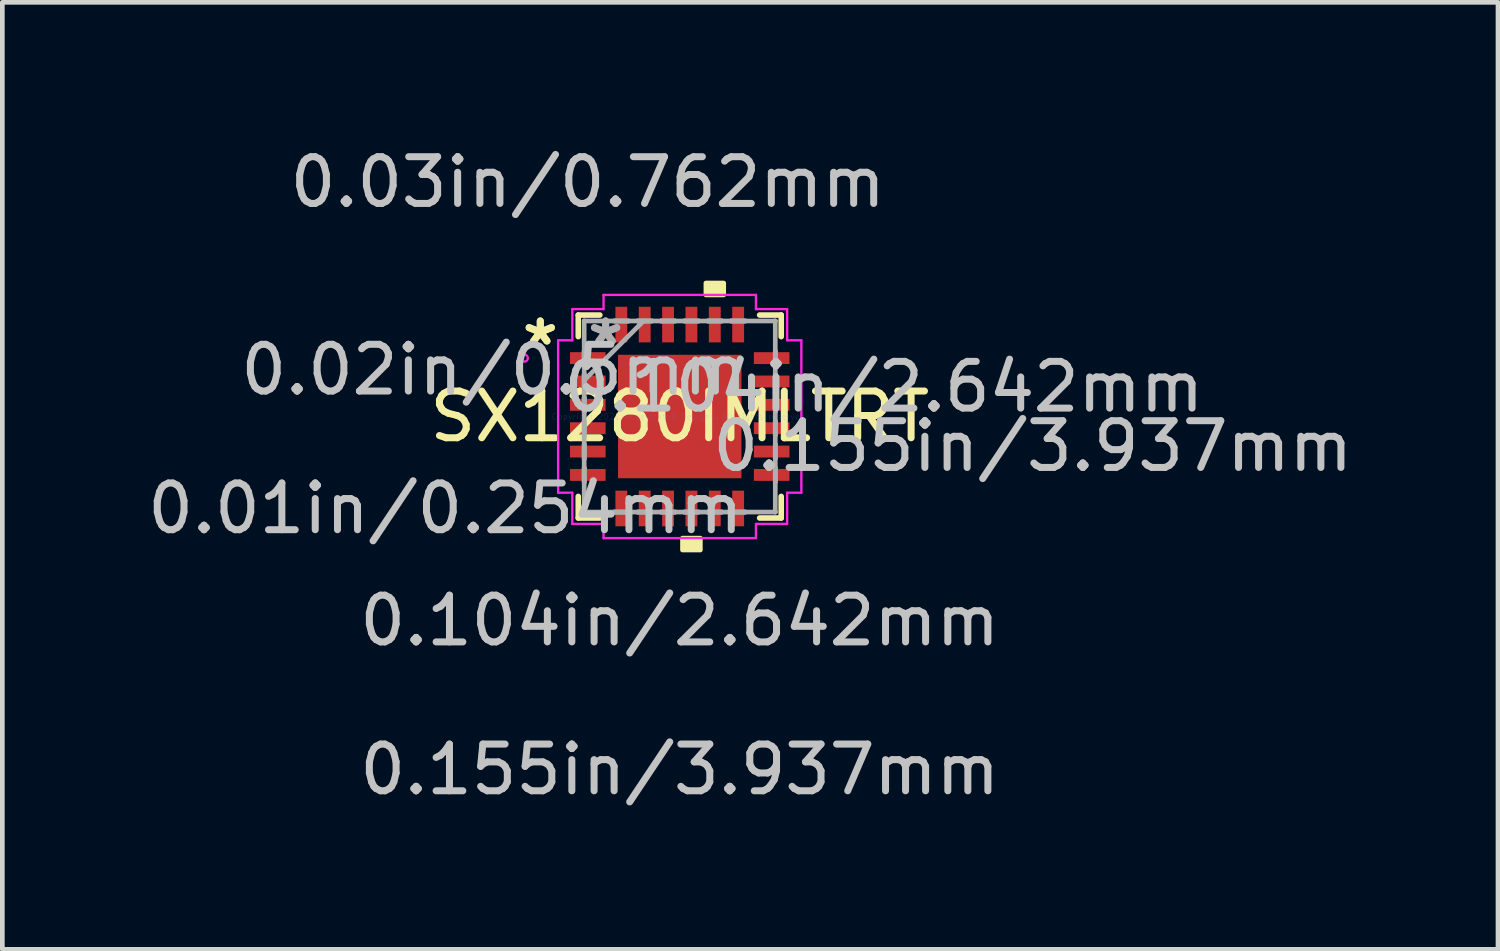
<source format=kicad_pcb>
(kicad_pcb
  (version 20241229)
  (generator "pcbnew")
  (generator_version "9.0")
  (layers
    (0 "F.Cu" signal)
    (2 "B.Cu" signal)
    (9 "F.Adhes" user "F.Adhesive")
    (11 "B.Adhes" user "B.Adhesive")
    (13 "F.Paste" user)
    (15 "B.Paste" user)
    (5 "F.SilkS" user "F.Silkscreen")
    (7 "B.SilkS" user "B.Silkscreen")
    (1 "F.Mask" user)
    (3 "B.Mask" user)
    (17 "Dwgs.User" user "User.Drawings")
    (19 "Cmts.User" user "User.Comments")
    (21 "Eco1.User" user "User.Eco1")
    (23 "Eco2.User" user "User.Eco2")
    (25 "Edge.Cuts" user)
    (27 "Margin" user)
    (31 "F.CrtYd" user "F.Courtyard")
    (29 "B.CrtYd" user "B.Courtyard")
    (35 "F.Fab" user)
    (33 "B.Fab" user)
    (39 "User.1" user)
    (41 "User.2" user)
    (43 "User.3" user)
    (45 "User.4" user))
  (footprint "SX1280IMLTRT"
    (layer "F.Cu")
    (at 11.499 5.865)
    (property "Reference" "SX1280IMLTRT" (at 0 0 0) (layer "F.SilkS") (effects (font (size 1 1) (thickness 0.15))))
    (attr through_hole)
    (fp_line (start -2.172 -2.172) (end -2.172 -1.71) (stroke (width 0.12) (type solid)) (layer "F.SilkS"))
    (fp_line (start -2.172 1.71) (end -2.172 2.172) (stroke (width 0.12) (type solid)) (layer "F.SilkS"))
    (fp_line (start -2.172 2.172) (end -1.71 2.172) (stroke (width 0.12) (type solid)) (layer "F.SilkS"))
    (fp_line (start -1.71 -2.172) (end -2.172 -2.172) (stroke (width 0.12) (type solid)) (layer "F.SilkS"))
    (fp_line (start 1.71 2.172) (end 2.172 2.172) (stroke (width 0.12) (type solid)) (layer "F.SilkS"))
    (fp_line (start 2.172 -2.172) (end 1.71 -2.172) (stroke (width 0.12) (type solid)) (layer "F.SilkS"))
    (fp_line (start 2.172 -1.71) (end 2.172 -2.172) (stroke (width 0.12) (type solid)) (layer "F.SilkS"))
    (fp_line (start 2.172 2.172) (end 2.172 1.71) (stroke (width 0.12) (type solid)) (layer "F.SilkS"))
    (fp_poly (pts (xy 0.059 2.603) (xy 0.059 2.857) (xy 0.441 2.857) (xy 0.441 2.603)) (stroke (width 0.1) (type solid)) (fill yes) (layer "F.SilkS"))
    (fp_poly (pts (xy 0.56 -2.603) (xy 0.56 -2.857) (xy 0.941 -2.857) (xy 0.941 -2.603)) (stroke (width 0.1) (type solid)) (fill yes) (layer "F.SilkS"))
    (fp_poly (pts (xy -1.221 -1.221) (xy -1.221 -0.1) (xy -0.1 -0.1) (xy -0.1 -1.221)) (stroke (width 0.1) (type solid)) (fill yes) (layer "F.Paste"))
    (fp_poly (pts (xy -1.221 0.1) (xy -1.221 1.221) (xy -0.1 1.221) (xy -0.1 0.1)) (stroke (width 0.1) (type solid)) (fill yes) (layer "F.Paste"))
    (fp_poly (pts (xy 0.1 -1.221) (xy 0.1 -0.1) (xy 1.221 -0.1) (xy 1.221 -1.221)) (stroke (width 0.1) (type solid)) (fill yes) (layer "F.Paste"))
    (fp_poly (pts (xy 0.1 0.1) (xy 0.1 1.221) (xy 1.221 1.221) (xy 1.221 0.1)) (stroke (width 0.1) (type solid)) (fill yes) (layer "F.Paste"))
    (fp_line (start -2.603 -1.631) (end -2.299 -1.631) (stroke (width 0.05) (type solid)) (layer "F.CrtYd"))
    (fp_line (start -2.603 1.631) (end -2.603 -1.631) (stroke (width 0.05) (type solid)) (layer "F.CrtYd"))
    (fp_line (start -2.299 -2.299) (end -1.631 -2.299) (stroke (width 0.05) (type solid)) (layer "F.CrtYd"))
    (fp_line (start -2.299 -1.631) (end -2.299 -2.299) (stroke (width 0.05) (type solid)) (layer "F.CrtYd"))
    (fp_line (start -2.299 1.631) (end -2.603 1.631) (stroke (width 0.05) (type solid)) (layer "F.CrtYd"))
    (fp_line (start -2.299 2.299) (end -2.299 1.631) (stroke (width 0.05) (type solid)) (layer "F.CrtYd"))
    (fp_line (start -1.631 -2.603) (end 1.631 -2.603) (stroke (width 0.05) (type solid)) (layer "F.CrtYd"))
    (fp_line (start -1.631 -2.299) (end -1.631 -2.603) (stroke (width 0.05) (type solid)) (layer "F.CrtYd"))
    (fp_line (start -1.631 2.299) (end -2.299 2.299) (stroke (width 0.05) (type solid)) (layer "F.CrtYd"))
    (fp_line (start -1.631 2.603) (end -1.631 2.299) (stroke (width 0.05) (type solid)) (layer "F.CrtYd"))
    (fp_line (start 1.631 -2.603) (end 1.631 -2.299) (stroke (width 0.05) (type solid)) (layer "F.CrtYd"))
    (fp_line (start 1.631 -2.299) (end 2.299 -2.299) (stroke (width 0.05) (type solid)) (layer "F.CrtYd"))
    (fp_line (start 1.631 2.299) (end 1.631 2.603) (stroke (width 0.05) (type solid)) (layer "F.CrtYd"))
    (fp_line (start 1.631 2.603) (end -1.631 2.603) (stroke (width 0.05) (type solid)) (layer "F.CrtYd"))
    (fp_line (start 2.299 -2.299) (end 2.299 -1.631) (stroke (width 0.05) (type solid)) (layer "F.CrtYd"))
    (fp_line (start 2.299 -1.631) (end 2.603 -1.631) (stroke (width 0.05) (type solid)) (layer "F.CrtYd"))
    (fp_line (start 2.299 1.631) (end 2.299 2.299) (stroke (width 0.05) (type solid)) (layer "F.CrtYd"))
    (fp_line (start 2.299 2.299) (end 1.631 2.299) (stroke (width 0.05) (type solid)) (layer "F.CrtYd"))
    (fp_line (start 2.603 -1.631) (end 2.603 1.631) (stroke (width 0.05) (type solid)) (layer "F.CrtYd"))
    (fp_line (start 2.603 1.631) (end 2.299 1.631) (stroke (width 0.05) (type solid)) (layer "F.CrtYd"))
    (fp_circle (center -3.327 -1.25) (end -3.251 -1.25) (stroke (width 0.05) (type solid)) (fill no) (layer "F.CrtYd"))
    (fp_line (start -2.045 -2.045) (end -2.045 -2.045) (stroke (width 0.1) (type solid)) (layer "F.Fab"))
    (fp_line (start -2.045 -2.045) (end -2.045 2.045) (stroke (width 0.1) (type solid)) (layer "F.Fab"))
    (fp_line (start -2.045 -1.402) (end -2.045 -1.402) (stroke (width 0.1) (type solid)) (layer "F.Fab"))
    (fp_line (start -2.045 -1.402) (end -2.045 -1.098) (stroke (width 0.1) (type solid)) (layer "F.Fab"))
    (fp_line (start -2.045 -1.098) (end -2.045 -1.402) (stroke (width 0.1) (type solid)) (layer "F.Fab"))
    (fp_line (start -2.045 -1.098) (end -2.045 -1.098) (stroke (width 0.1) (type solid)) (layer "F.Fab"))
    (fp_line (start -2.045 -0.902) (end -2.045 -0.902) (stroke (width 0.1) (type solid)) (layer "F.Fab"))
    (fp_line (start -2.045 -0.902) (end -2.045 -0.598) (stroke (width 0.1) (type solid)) (layer "F.Fab"))
    (fp_line (start -2.045 -0.775) (end -0.775 -2.045) (stroke (width 0.1) (type solid)) (layer "F.Fab"))
    (fp_line (start -2.045 -0.598) (end -2.045 -0.902) (stroke (width 0.1) (type solid)) (layer "F.Fab"))
    (fp_line (start -2.045 -0.598) (end -2.045 -0.598) (stroke (width 0.1) (type solid)) (layer "F.Fab"))
    (fp_line (start -2.045 -0.402) (end -2.045 -0.402) (stroke (width 0.1) (type solid)) (layer "F.Fab"))
    (fp_line (start -2.045 -0.402) (end -2.045 -0.098) (stroke (width 0.1) (type solid)) (layer "F.Fab"))
    (fp_line (start -2.045 -0.098) (end -2.045 -0.402) (stroke (width 0.1) (type solid)) (layer "F.Fab"))
    (fp_line (start -2.045 -0.098) (end -2.045 -0.098) (stroke (width 0.1) (type solid)) (layer "F.Fab"))
    (fp_line (start -2.045 0.098) (end -2.045 0.098) (stroke (width 0.1) (type solid)) (layer "F.Fab"))
    (fp_line (start -2.045 0.098) (end -2.045 0.402) (stroke (width 0.1) (type solid)) (layer "F.Fab"))
    (fp_line (start -2.045 0.402) (end -2.045 0.098) (stroke (width 0.1) (type solid)) (layer "F.Fab"))
    (fp_line (start -2.045 0.402) (end -2.045 0.402) (stroke (width 0.1) (type solid)) (layer "F.Fab"))
    (fp_line (start -2.045 0.598) (end -2.045 0.598) (stroke (width 0.1) (type solid)) (layer "F.Fab"))
    (fp_line (start -2.045 0.598) (end -2.045 0.902) (stroke (width 0.1) (type solid)) (layer "F.Fab"))
    (fp_line (start -2.045 0.902) (end -2.045 0.598) (stroke (width 0.1) (type solid)) (layer "F.Fab"))
    (fp_line (start -2.045 0.902) (end -2.045 0.902) (stroke (width 0.1) (type solid)) (layer "F.Fab"))
    (fp_line (start -2.045 1.098) (end -2.045 1.098) (stroke (width 0.1) (type solid)) (layer "F.Fab"))
    (fp_line (start -2.045 1.098) (end -2.045 1.402) (stroke (width 0.1) (type solid)) (layer "F.Fab"))
    (fp_line (start -2.045 1.402) (end -2.045 1.098) (stroke (width 0.1) (type solid)) (layer "F.Fab"))
    (fp_line (start -2.045 1.402) (end -2.045 1.402) (stroke (width 0.1) (type solid)) (layer "F.Fab"))
    (fp_line (start -2.045 2.045) (end -2.045 2.045) (stroke (width 0.1) (type solid)) (layer "F.Fab"))
    (fp_line (start -2.045 2.045) (end 2.045 2.045) (stroke (width 0.1) (type solid)) (layer "F.Fab"))
    (fp_line (start -1.402 -2.045) (end -1.402 -2.045) (stroke (width 0.1) (type solid)) (layer "F.Fab"))
    (fp_line (start -1.402 -2.045) (end -1.098 -2.045) (stroke (width 0.1) (type solid)) (layer "F.Fab"))
    (fp_line (start -1.402 2.045) (end -1.402 2.045) (stroke (width 0.1) (type solid)) (layer "F.Fab"))
    (fp_line (start -1.402 2.045) (end -1.098 2.045) (stroke (width 0.1) (type solid)) (layer "F.Fab"))
    (fp_line (start -1.098 -2.045) (end -1.402 -2.045) (stroke (width 0.1) (type solid)) (layer "F.Fab"))
    (fp_line (start -1.098 -2.045) (end -1.098 -2.045) (stroke (width 0.1) (type solid)) (layer "F.Fab"))
    (fp_line (start -1.098 2.045) (end -1.402 2.045) (stroke (width 0.1) (type solid)) (layer "F.Fab"))
    (fp_line (start -1.098 2.045) (end -1.098 2.045) (stroke (width 0.1) (type solid)) (layer "F.Fab"))
    (fp_line (start -0.902 -2.045) (end -0.902 -2.045) (stroke (width 0.1) (type solid)) (layer "F.Fab"))
    (fp_line (start -0.902 -2.045) (end -0.598 -2.045) (stroke (width 0.1) (type solid)) (layer "F.Fab"))
    (fp_line (start -0.902 2.045) (end -0.902 2.045) (stroke (width 0.1) (type solid)) (layer "F.Fab"))
    (fp_line (start -0.902 2.045) (end -0.598 2.045) (stroke (width 0.1) (type solid)) (layer "F.Fab"))
    (fp_line (start -0.598 -2.045) (end -0.902 -2.045) (stroke (width 0.1) (type solid)) (layer "F.Fab"))
    (fp_line (start -0.598 -2.045) (end -0.598 -2.045) (stroke (width 0.1) (type solid)) (layer "F.Fab"))
    (fp_line (start -0.598 2.045) (end -0.902 2.045) (stroke (width 0.1) (type solid)) (layer "F.Fab"))
    (fp_line (start -0.598 2.045) (end -0.598 2.045) (stroke (width 0.1) (type solid)) (layer "F.Fab"))
    (fp_line (start -0.402 -2.045) (end -0.402 -2.045) (stroke (width 0.1) (type solid)) (layer "F.Fab"))
    (fp_line (start -0.402 -2.045) (end -0.098 -2.045) (stroke (width 0.1) (type solid)) (layer "F.Fab"))
    (fp_line (start -0.402 2.045) (end -0.402 2.045) (stroke (width 0.1) (type solid)) (layer "F.Fab"))
    (fp_line (start -0.402 2.045) (end -0.098 2.045) (stroke (width 0.1) (type solid)) (layer "F.Fab"))
    (fp_line (start -0.098 -2.045) (end -0.402 -2.045) (stroke (width 0.1) (type solid)) (layer "F.Fab"))
    (fp_line (start -0.098 -2.045) (end -0.098 -2.045) (stroke (width 0.1) (type solid)) (layer "F.Fab"))
    (fp_line (start -0.098 2.045) (end -0.402 2.045) (stroke (width 0.1) (type solid)) (layer "F.Fab"))
    (fp_line (start -0.098 2.045) (end -0.098 2.045) (stroke (width 0.1) (type solid)) (layer "F.Fab"))
    (fp_line (start 0.098 -2.045) (end 0.098 -2.045) (stroke (width 0.1) (type solid)) (layer "F.Fab"))
    (fp_line (start 0.098 -2.045) (end 0.402 -2.045) (stroke (width 0.1) (type solid)) (layer "F.Fab"))
    (fp_line (start 0.098 2.045) (end 0.098 2.045) (stroke (width 0.1) (type solid)) (layer "F.Fab"))
    (fp_line (start 0.098 2.045) (end 0.402 2.045) (stroke (width 0.1) (type solid)) (layer "F.Fab"))
    (fp_line (start 0.402 -2.045) (end 0.098 -2.045) (stroke (width 0.1) (type solid)) (layer "F.Fab"))
    (fp_line (start 0.402 -2.045) (end 0.402 -2.045) (stroke (width 0.1) (type solid)) (layer "F.Fab"))
    (fp_line (start 0.402 2.045) (end 0.098 2.045) (stroke (width 0.1) (type solid)) (layer "F.Fab"))
    (fp_line (start 0.402 2.045) (end 0.402 2.045) (stroke (width 0.1) (type solid)) (layer "F.Fab"))
    (fp_line (start 0.598 -2.045) (end 0.598 -2.045) (stroke (width 0.1) (type solid)) (layer "F.Fab"))
    (fp_line (start 0.598 -2.045) (end 0.902 -2.045) (stroke (width 0.1) (type solid)) (layer "F.Fab"))
    (fp_line (start 0.598 2.045) (end 0.598 2.045) (stroke (width 0.1) (type solid)) (layer "F.Fab"))
    (fp_line (start 0.598 2.045) (end 0.902 2.045) (stroke (width 0.1) (type solid)) (layer "F.Fab"))
    (fp_line (start 0.902 -2.045) (end 0.598 -2.045) (stroke (width 0.1) (type solid)) (layer "F.Fab"))
    (fp_line (start 0.902 -2.045) (end 0.902 -2.045) (stroke (width 0.1) (type solid)) (layer "F.Fab"))
    (fp_line (start 0.902 2.045) (end 0.598 2.045) (stroke (width 0.1) (type solid)) (layer "F.Fab"))
    (fp_line (start 0.902 2.045) (end 0.902 2.045) (stroke (width 0.1) (type solid)) (layer "F.Fab"))
    (fp_line (start 1.098 -2.045) (end 1.098 -2.045) (stroke (width 0.1) (type solid)) (layer "F.Fab"))
    (fp_line (start 1.098 -2.045) (end 1.402 -2.045) (stroke (width 0.1) (type solid)) (layer "F.Fab"))
    (fp_line (start 1.098 2.045) (end 1.098 2.045) (stroke (width 0.1) (type solid)) (layer "F.Fab"))
    (fp_line (start 1.098 2.045) (end 1.402 2.045) (stroke (width 0.1) (type solid)) (layer "F.Fab"))
    (fp_line (start 1.402 -2.045) (end 1.098 -2.045) (stroke (width 0.1) (type solid)) (layer "F.Fab"))
    (fp_line (start 1.402 -2.045) (end 1.402 -2.045) (stroke (width 0.1) (type solid)) (layer "F.Fab"))
    (fp_line (start 1.402 2.045) (end 1.098 2.045) (stroke (width 0.1) (type solid)) (layer "F.Fab"))
    (fp_line (start 1.402 2.045) (end 1.402 2.045) (stroke (width 0.1) (type solid)) (layer "F.Fab"))
    (fp_line (start 2.045 -2.045) (end -2.045 -2.045) (stroke (width 0.1) (type solid)) (layer "F.Fab"))
    (fp_line (start 2.045 -2.045) (end 2.045 -2.045) (stroke (width 0.1) (type solid)) (layer "F.Fab"))
    (fp_line (start 2.045 -1.402) (end 2.045 -1.402) (stroke (width 0.1) (type solid)) (layer "F.Fab"))
    (fp_line (start 2.045 -1.402) (end 2.045 -1.098) (stroke (width 0.1) (type solid)) (layer "F.Fab"))
    (fp_line (start 2.045 -1.098) (end 2.045 -1.402) (stroke (width 0.1) (type solid)) (layer "F.Fab"))
    (fp_line (start 2.045 -1.098) (end 2.045 -1.098) (stroke (width 0.1) (type solid)) (layer "F.Fab"))
    (fp_line (start 2.045 -0.902) (end 2.045 -0.902) (stroke (width 0.1) (type solid)) (layer "F.Fab"))
    (fp_line (start 2.045 -0.902) (end 2.045 -0.598) (stroke (width 0.1) (type solid)) (layer "F.Fab"))
    (fp_line (start 2.045 -0.598) (end 2.045 -0.902) (stroke (width 0.1) (type solid)) (layer "F.Fab"))
    (fp_line (start 2.045 -0.598) (end 2.045 -0.598) (stroke (width 0.1) (type solid)) (layer "F.Fab"))
    (fp_line (start 2.045 -0.402) (end 2.045 -0.402) (stroke (width 0.1) (type solid)) (layer "F.Fab"))
    (fp_line (start 2.045 -0.402) (end 2.045 -0.098) (stroke (width 0.1) (type solid)) (layer "F.Fab"))
    (fp_line (start 2.045 -0.098) (end 2.045 -0.402) (stroke (width 0.1) (type solid)) (layer "F.Fab"))
    (fp_line (start 2.045 -0.098) (end 2.045 -0.098) (stroke (width 0.1) (type solid)) (layer "F.Fab"))
    (fp_line (start 2.045 0.098) (end 2.045 0.098) (stroke (width 0.1) (type solid)) (layer "F.Fab"))
    (fp_line (start 2.045 0.098) (end 2.045 0.402) (stroke (width 0.1) (type solid)) (layer "F.Fab"))
    (fp_line (start 2.045 0.402) (end 2.045 0.098) (stroke (width 0.1) (type solid)) (layer "F.Fab"))
    (fp_line (start 2.045 0.402) (end 2.045 0.402) (stroke (width 0.1) (type solid)) (layer "F.Fab"))
    (fp_line (start 2.045 0.598) (end 2.045 0.598) (stroke (width 0.1) (type solid)) (layer "F.Fab"))
    (fp_line (start 2.045 0.598) (end 2.045 0.902) (stroke (width 0.1) (type solid)) (layer "F.Fab"))
    (fp_line (start 2.045 0.902) (end 2.045 0.598) (stroke (width 0.1) (type solid)) (layer "F.Fab"))
    (fp_line (start 2.045 0.902) (end 2.045 0.902) (stroke (width 0.1) (type solid)) (layer "F.Fab"))
    (fp_line (start 2.045 1.098) (end 2.045 1.098) (stroke (width 0.1) (type solid)) (layer "F.Fab"))
    (fp_line (start 2.045 1.098) (end 2.045 1.402) (stroke (width 0.1) (type solid)) (layer "F.Fab"))
    (fp_line (start 2.045 1.402) (end 2.045 1.098) (stroke (width 0.1) (type solid)) (layer "F.Fab"))
    (fp_line (start 2.045 1.402) (end 2.045 1.402) (stroke (width 0.1) (type solid)) (layer "F.Fab"))
    (fp_line (start 2.045 2.045) (end 2.045 -2.045) (stroke (width 0.1) (type solid)) (layer "F.Fab"))
    (fp_line (start 2.045 2.045) (end 2.045 2.045) (stroke (width 0.1) (type solid)) (layer "F.Fab"))
    (fp_text user "*" (at -2.985 -1.5 0) (layer "F.SilkS") (effects (font (size 1 1) (thickness 0.15))))
    (fp_text user "*" (at -2.985 -1.5 0) (layer "F.SilkS") (effects (font (size 1 1) (thickness 0.15))))
    (fp_text user "0.104in/2.642mm" (at 0 4.369 0) (layer "Dwgs.User") (effects (font (size 1 1) (thickness 0.15))))
    (fp_text user "0.02in/0.5mm" (at -3.975 -1 0) (layer "Dwgs.User") (effects (font (size 1 1) (thickness 0.15))))
    (fp_text user "0.03in/0.762mm" (at -1.968 -5.016 0) (layer "Dwgs.User") (effects (font (size 1 1) (thickness 0.15))))
    (fp_text user "0.104in/2.642mm" (at 4.369 -0.635 0) (layer "Dwgs.User") (effects (font (size 1 1) (thickness 0.15))))
    (fp_text user "0.155in/3.937mm" (at 0 7.556 0) (layer "Dwgs.User") (effects (font (size 1 1) (thickness 0.15))))
    (fp_text user "0.155in/3.937mm" (at 7.556 0.635 0) (layer "Dwgs.User") (effects (font (size 1 1) (thickness 0.15))))
    (fp_text user "0.01in/0.254mm" (at -5.016 1.968 0) (layer "Dwgs.User") (effects (font (size 1 1) (thickness 0.15))))
    (fp_text user "Copyright 2021 Accelerated Designs. All rights reserved." (at 0 0 0) (layer "Cmts.User") (effects (font (size 0.127 0.127) (thickness 0.002))))
    (fp_text user "*" (at -1.587 -1.5 0) (layer "F.Fab") (effects (font (size 1 1) (thickness 0.15))))
    (fp_text user "*" (at -1.587 -1.5 0) (layer "F.Fab") (effects (font (size 1 1) (thickness 0.15))))
    (pad "1" smd rect (at -1.968 -1.25 90) (size 0.254 0.762) (layers "F.Cu" "F.Mask" "F.Paste"))
    (pad "2" smd rect (at -1.968 -0.75 90) (size 0.254 0.762) (layers "F.Cu" "F.Mask" "F.Paste"))
    (pad "3" smd rect (at -1.968 -0.25 90) (size 0.254 0.762) (layers "F.Cu" "F.Mask" "F.Paste"))
    (pad "4" smd rect (at -1.968 0.25 90) (size 0.254 0.762) (layers "F.Cu" "F.Mask" "F.Paste"))
    (pad "5" smd rect (at -1.968 0.75 90) (size 0.254 0.762) (layers "F.Cu" "F.Mask" "F.Paste"))
    (pad "6" smd rect (at -1.968 1.25 90) (size 0.254 0.762) (layers "F.Cu" "F.Mask" "F.Paste"))
    (pad "7" smd rect (at -1.25 1.968) (size 0.254 0.762) (layers "F.Cu" "F.Mask" "F.Paste"))
    (pad "8" smd rect (at -0.75 1.968) (size 0.254 0.762) (layers "F.Cu" "F.Mask" "F.Paste"))
    (pad "9" smd rect (at -0.25 1.968) (size 0.254 0.762) (layers "F.Cu" "F.Mask" "F.Paste"))
    (pad "10" smd rect (at 0.25 1.968) (size 0.254 0.762) (layers "F.Cu" "F.Mask" "F.Paste"))
    (pad "11" smd rect (at 0.75 1.968) (size 0.254 0.762) (layers "F.Cu" "F.Mask" "F.Paste"))
    (pad "12" smd rect (at 1.25 1.968) (size 0.254 0.762) (layers "F.Cu" "F.Mask" "F.Paste"))
    (pad "13" smd rect (at 1.968 1.25 90) (size 0.254 0.762) (layers "F.Cu" "F.Mask" "F.Paste"))
    (pad "14" smd rect (at 1.968 0.75 90) (size 0.254 0.762) (layers "F.Cu" "F.Mask" "F.Paste"))
    (pad "15" smd rect (at 1.968 0.25 90) (size 0.254 0.762) (layers "F.Cu" "F.Mask" "F.Paste"))
    (pad "16" smd rect (at 1.968 -0.25 90) (size 0.254 0.762) (layers "F.Cu" "F.Mask" "F.Paste"))
    (pad "17" smd rect (at 1.968 -0.75 90) (size 0.254 0.762) (layers "F.Cu" "F.Mask" "F.Paste"))
    (pad "18" smd rect (at 1.968 -1.25 90) (size 0.254 0.762) (layers "F.Cu" "F.Mask" "F.Paste"))
    (pad "19" smd rect (at 1.25 -1.968) (size 0.254 0.762) (layers "F.Cu" "F.Mask" "F.Paste"))
    (pad "20" smd rect (at 0.75 -1.968) (size 0.254 0.762) (layers "F.Cu" "F.Mask" "F.Paste"))
    (pad "21" smd rect (at 0.25 -1.968) (size 0.254 0.762) (layers "F.Cu" "F.Mask" "F.Paste"))
    (pad "22" smd rect (at -0.25 -1.968) (size 0.254 0.762) (layers "F.Cu" "F.Mask" "F.Paste"))
    (pad "23" smd rect (at -0.75 -1.968) (size 0.254 0.762) (layers "F.Cu" "F.Mask" "F.Paste"))
    (pad "24" smd rect (at -1.25 -1.968) (size 0.254 0.762) (layers "F.Cu" "F.Mask" "F.Paste"))
    (pad "25" smd rect (at 0 0) (size 2.642 2.642) (layers "F.Cu" "F.Mask")))
  (gr_rect
    (start -3 -3)
    (end 29.013 17.27)
    (stroke (width 0.1) (type default))
    (fill no)
    (layer "Edge.Cuts")))
</source>
